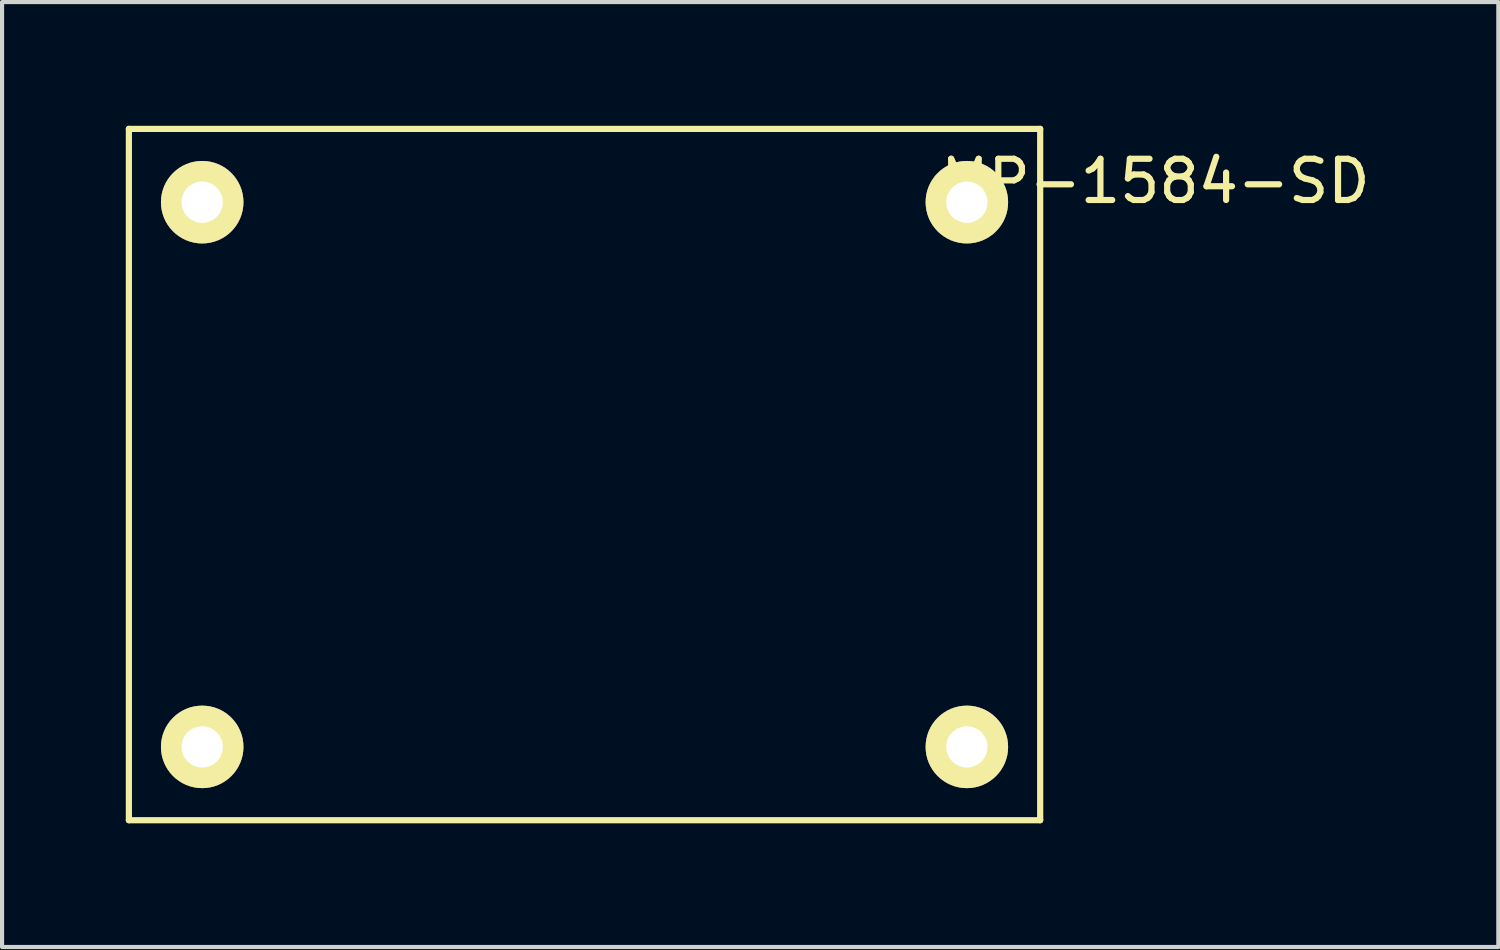
<source format=kicad_pcb>
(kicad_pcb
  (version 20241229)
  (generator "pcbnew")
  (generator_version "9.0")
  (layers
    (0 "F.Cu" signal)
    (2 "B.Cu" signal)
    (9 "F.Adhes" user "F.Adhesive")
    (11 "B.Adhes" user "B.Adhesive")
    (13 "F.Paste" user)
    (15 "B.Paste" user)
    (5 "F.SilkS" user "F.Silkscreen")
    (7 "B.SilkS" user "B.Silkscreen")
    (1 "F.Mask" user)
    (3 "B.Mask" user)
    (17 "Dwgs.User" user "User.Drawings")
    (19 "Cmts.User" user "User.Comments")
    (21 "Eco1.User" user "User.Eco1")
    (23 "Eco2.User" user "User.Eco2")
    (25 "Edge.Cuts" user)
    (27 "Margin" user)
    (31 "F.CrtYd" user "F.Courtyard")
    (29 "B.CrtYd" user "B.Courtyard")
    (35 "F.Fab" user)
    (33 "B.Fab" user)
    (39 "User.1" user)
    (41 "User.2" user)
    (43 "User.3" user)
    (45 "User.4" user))
  (footprint "MP-1584-SD"
    (layer "F.Cu")
    (at 10.997 8.457)
    (property "Reference" "MP-1584-SD" (at 13.97 -7.112 0) (layer "F.SilkS") (effects (font (size 1 1) (thickness 0.15))))
    (attr through_hole)
    (fp_line (start -10.922 -8.382) (end 11.176 -8.382) (stroke (width 0.15) (type solid)) (layer "F.SilkS"))
    (fp_line (start -10.922 8.382) (end -10.922 -8.382) (stroke (width 0.15) (type solid)) (layer "F.SilkS"))
    (fp_line (start 11.176 -8.382) (end 11.176 8.382) (stroke (width 0.15) (type solid)) (layer "F.SilkS"))
    (fp_line (start 11.176 8.382) (end -10.922 8.382) (stroke (width 0.15) (type solid)) (layer "F.SilkS"))
    (pad "1" thru_hole circle (at -9.144 -6.604) (size 2 2) (drill 1) (layers "*.Cu" "*.Mask" "F.SilkS"))
    (pad "2" thru_hole circle (at -9.144 6.604) (size 2 2) (drill 1) (layers "*.Cu" "*.Mask" "F.SilkS"))
    (pad "3" thru_hole circle (at 9.398 6.604) (size 2 2) (drill 1) (layers "*.Cu" "*.Mask" "F.SilkS"))
    (pad "4" thru_hole circle (at 9.398 -6.604) (size 2 2) (drill 1) (layers "*.Cu" "*.Mask" "F.SilkS")))
  (gr_rect
    (start -3 -3)
    (end 33.282 19.914)
    (stroke (width 0.1) (type default))
    (fill no)
    (layer "Edge.Cuts")))
</source>
